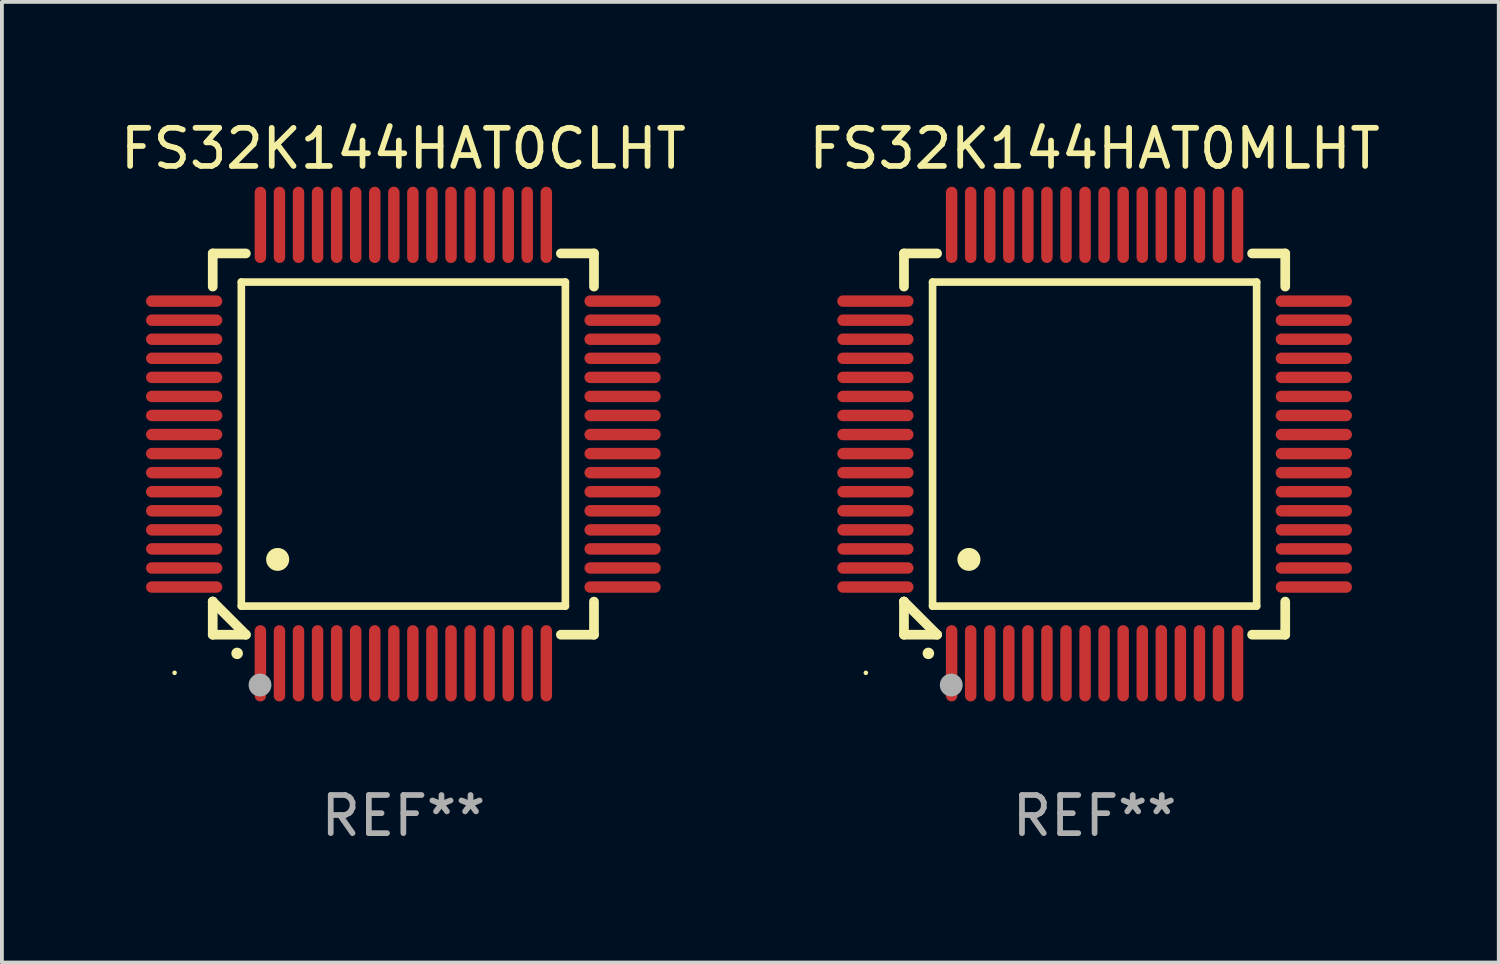
<source format=kicad_pcb>
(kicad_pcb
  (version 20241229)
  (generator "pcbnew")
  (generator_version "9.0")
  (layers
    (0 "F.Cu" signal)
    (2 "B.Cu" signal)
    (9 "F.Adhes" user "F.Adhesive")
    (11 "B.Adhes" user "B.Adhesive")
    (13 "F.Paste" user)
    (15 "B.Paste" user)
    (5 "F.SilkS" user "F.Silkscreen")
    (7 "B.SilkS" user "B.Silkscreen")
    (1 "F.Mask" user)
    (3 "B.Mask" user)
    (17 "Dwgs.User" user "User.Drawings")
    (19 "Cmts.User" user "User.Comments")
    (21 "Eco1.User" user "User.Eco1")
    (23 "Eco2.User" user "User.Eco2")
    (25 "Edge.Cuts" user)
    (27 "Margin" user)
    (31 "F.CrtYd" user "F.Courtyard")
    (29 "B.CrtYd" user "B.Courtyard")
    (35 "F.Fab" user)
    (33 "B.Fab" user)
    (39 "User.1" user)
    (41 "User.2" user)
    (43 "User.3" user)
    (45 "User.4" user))
  (footprint "FS32K144HAT0CLHT"
    (layer "F.Cu")
    (at 7.53 8.598)
    (property "Reference" "FS32K144HAT0CLHT" (at 0 -7.75 0) (layer "F.SilkS") (effects (font (size 1 1) (thickness 0.15))))
    (attr through_hole)
    (fp_line (start -5 -5) (end -4.131 -5) (stroke (width 0.254) (type solid)) (layer "F.SilkS"))
    (fp_line (start -5 -4.131) (end -5 -5) (stroke (width 0.254) (type solid)) (layer "F.SilkS"))
    (fp_line (start -5 4.131) (end -5 4.131) (stroke (width 0.254) (type solid)) (layer "F.SilkS"))
    (fp_line (start -5 5) (end -5 4.131) (stroke (width 0.254) (type solid)) (layer "F.SilkS"))
    (fp_line (start -5 4.131) (end -4.131 5) (stroke (width 0.254) (type solid)) (layer "F.SilkS"))
    (fp_line (start -4.25 -4.25) (end -4.25 4.25) (stroke (width 0.2) (type solid)) (layer "F.SilkS"))
    (fp_line (start -4.25 4.25) (end 4.25 4.25) (stroke (width 0.2) (type solid)) (layer "F.SilkS"))
    (fp_line (start -4.131 5) (end -5 5) (stroke (width 0.254) (type solid)) (layer "F.SilkS"))
    (fp_line (start 4.25 -4.25) (end -4.25 -4.25) (stroke (width 0.2) (type solid)) (layer "F.SilkS"))
    (fp_line (start 4.25 4.25) (end 4.25 -4.25) (stroke (width 0.2) (type solid)) (layer "F.SilkS"))
    (fp_line (start 5 -5) (end 4.131 -5) (stroke (width 0.254) (type solid)) (layer "F.SilkS"))
    (fp_line (start 5 -5) (end 5 -4.131) (stroke (width 0.254) (type solid)) (layer "F.SilkS"))
    (fp_line (start 5 4.131) (end 5 5) (stroke (width 0.254) (type solid)) (layer "F.SilkS"))
    (fp_line (start 5 5) (end 4.131 5) (stroke (width 0.254) (type solid)) (layer "F.SilkS"))
    (fp_arc (start -4.361265 5.489992) (mid -4.359995 5.489987) (end -4.358725 5.489992) (stroke (width 0.3) (type solid)) (layer "F.SilkS"))
    (fp_arc (start -3.299467 3.025146) (mid -3.296927 3.025135) (end -3.294387 3.025146) (stroke (width 0.6) (type solid)) (layer "F.SilkS"))
    (fp_circle (center -6 6) (end -5.97 6) (stroke (width 0.06) (type solid)) (fill no) (layer "F.SilkS"))
    (fp_circle (center -3.76 6.32) (end -3.61 6.32) (stroke (width 0.3) (type solid)) (fill no) (layer "F.Fab"))
    (fp_text user "REF**" (at 0 9.75 0) (layer "F.Fab") (effects (font (size 1 1) (thickness 0.15))))
    (pad "1" smd oval (at -3.75 5.75) (size 0.3 2) (layers "F.Cu" "F.Mask" "F.Paste"))
    (pad "2" smd oval (at -3.25 5.75) (size 0.3 2) (layers "F.Cu" "F.Mask" "F.Paste"))
    (pad "3" smd oval (at -2.75 5.75) (size 0.3 2) (layers "F.Cu" "F.Mask" "F.Paste"))
    (pad "4" smd oval (at -2.25 5.75) (size 0.3 2) (layers "F.Cu" "F.Mask" "F.Paste"))
    (pad "5" smd oval (at -1.75 5.75) (size 0.3 2) (layers "F.Cu" "F.Mask" "F.Paste"))
    (pad "6" smd oval (at -1.25 5.75) (size 0.3 2) (layers "F.Cu" "F.Mask" "F.Paste"))
    (pad "7" smd oval (at -0.75 5.75) (size 0.3 2) (layers "F.Cu" "F.Mask" "F.Paste"))
    (pad "8" smd oval (at -0.25 5.75) (size 0.3 2) (layers "F.Cu" "F.Mask" "F.Paste"))
    (pad "9" smd oval (at 0.25 5.75) (size 0.3 2) (layers "F.Cu" "F.Mask" "F.Paste"))
    (pad "10" smd oval (at 0.75 5.75) (size 0.3 2) (layers "F.Cu" "F.Mask" "F.Paste"))
    (pad "11" smd oval (at 1.25 5.75) (size 0.3 2) (layers "F.Cu" "F.Mask" "F.Paste"))
    (pad "12" smd oval (at 1.75 5.75) (size 0.3 2) (layers "F.Cu" "F.Mask" "F.Paste"))
    (pad "13" smd oval (at 2.25 5.75) (size 0.3 2) (layers "F.Cu" "F.Mask" "F.Paste"))
    (pad "14" smd oval (at 2.75 5.75) (size 0.3 2) (layers "F.Cu" "F.Mask" "F.Paste"))
    (pad "15" smd oval (at 3.25 5.75) (size 0.3 2) (layers "F.Cu" "F.Mask" "F.Paste"))
    (pad "16" smd oval (at 3.75 5.75) (size 0.3 2) (layers "F.Cu" "F.Mask" "F.Paste"))
    (pad "17" smd oval (at 5.75 3.75) (size 2 0.3) (layers "F.Cu" "F.Mask" "F.Paste"))
    (pad "18" smd oval (at 5.75 3.25) (size 2 0.3) (layers "F.Cu" "F.Mask" "F.Paste"))
    (pad "19" smd oval (at 5.75 2.75) (size 2 0.3) (layers "F.Cu" "F.Mask" "F.Paste"))
    (pad "20" smd oval (at 5.75 2.25) (size 2 0.3) (layers "F.Cu" "F.Mask" "F.Paste"))
    (pad "21" smd oval (at 5.75 1.75) (size 2 0.3) (layers "F.Cu" "F.Mask" "F.Paste"))
    (pad "22" smd oval (at 5.75 1.25) (size 2 0.3) (layers "F.Cu" "F.Mask" "F.Paste"))
    (pad "23" smd oval (at 5.75 0.75) (size 2 0.3) (layers "F.Cu" "F.Mask" "F.Paste"))
    (pad "24" smd oval (at 5.75 0.25) (size 2 0.3) (layers "F.Cu" "F.Mask" "F.Paste"))
    (pad "25" smd oval (at 5.75 -0.25) (size 2 0.3) (layers "F.Cu" "F.Mask" "F.Paste"))
    (pad "26" smd oval (at 5.75 -0.75) (size 2 0.3) (layers "F.Cu" "F.Mask" "F.Paste"))
    (pad "27" smd oval (at 5.75 -1.25) (size 2 0.3) (layers "F.Cu" "F.Mask" "F.Paste"))
    (pad "28" smd oval (at 5.75 -1.75) (size 2 0.3) (layers "F.Cu" "F.Mask" "F.Paste"))
    (pad "29" smd oval (at 5.75 -2.25) (size 2 0.3) (layers "F.Cu" "F.Mask" "F.Paste"))
    (pad "30" smd oval (at 5.75 -2.75) (size 2 0.3) (layers "F.Cu" "F.Mask" "F.Paste"))
    (pad "31" smd oval (at 5.75 -3.25) (size 2 0.3) (layers "F.Cu" "F.Mask" "F.Paste"))
    (pad "32" smd oval (at 5.75 -3.75) (size 2 0.3) (layers "F.Cu" "F.Mask" "F.Paste"))
    (pad "33" smd oval (at 3.75 -5.75) (size 0.3 2) (layers "F.Cu" "F.Mask" "F.Paste"))
    (pad "34" smd oval (at 3.25 -5.75) (size 0.3 2) (layers "F.Cu" "F.Mask" "F.Paste"))
    (pad "35" smd oval (at 2.75 -5.75) (size 0.3 2) (layers "F.Cu" "F.Mask" "F.Paste"))
    (pad "36" smd oval (at 2.25 -5.75) (size 0.3 2) (layers "F.Cu" "F.Mask" "F.Paste"))
    (pad "37" smd oval (at 1.75 -5.75) (size 0.3 2) (layers "F.Cu" "F.Mask" "F.Paste"))
    (pad "38" smd oval (at 1.25 -5.75) (size 0.3 2) (layers "F.Cu" "F.Mask" "F.Paste"))
    (pad "39" smd oval (at 0.75 -5.75) (size 0.3 2) (layers "F.Cu" "F.Mask" "F.Paste"))
    (pad "40" smd oval (at 0.25 -5.75) (size 0.3 2) (layers "F.Cu" "F.Mask" "F.Paste"))
    (pad "41" smd oval (at -0.25 -5.75) (size 0.3 2) (layers "F.Cu" "F.Mask" "F.Paste"))
    (pad "42" smd oval (at -0.75 -5.75) (size 0.3 2) (layers "F.Cu" "F.Mask" "F.Paste"))
    (pad "43" smd oval (at -1.25 -5.75) (size 0.3 2) (layers "F.Cu" "F.Mask" "F.Paste"))
    (pad "44" smd oval (at -1.75 -5.75) (size 0.3 2) (layers "F.Cu" "F.Mask" "F.Paste"))
    (pad "45" smd oval (at -2.25 -5.75) (size 0.3 2) (layers "F.Cu" "F.Mask" "F.Paste"))
    (pad "46" smd oval (at -2.75 -5.75) (size 0.3 2) (layers "F.Cu" "F.Mask" "F.Paste"))
    (pad "47" smd oval (at -3.25 -5.75) (size 0.3 2) (layers "F.Cu" "F.Mask" "F.Paste"))
    (pad "48" smd oval (at -3.75 -5.75) (size 0.3 2) (layers "F.Cu" "F.Mask" "F.Paste"))
    (pad "49" smd oval (at -5.75 -3.75) (size 2 0.3) (layers "F.Cu" "F.Mask" "F.Paste"))
    (pad "50" smd oval (at -5.75 -3.25) (size 2 0.3) (layers "F.Cu" "F.Mask" "F.Paste"))
    (pad "51" smd oval (at -5.75 -2.75) (size 2 0.3) (layers "F.Cu" "F.Mask" "F.Paste"))
    (pad "52" smd oval (at -5.75 -2.25) (size 2 0.3) (layers "F.Cu" "F.Mask" "F.Paste"))
    (pad "53" smd oval (at -5.75 -1.75) (size 2 0.3) (layers "F.Cu" "F.Mask" "F.Paste"))
    (pad "54" smd oval (at -5.75 -1.25) (size 2 0.3) (layers "F.Cu" "F.Mask" "F.Paste"))
    (pad "55" smd oval (at -5.75 -0.75) (size 2 0.3) (layers "F.Cu" "F.Mask" "F.Paste"))
    (pad "56" smd oval (at -5.75 -0.25) (size 2 0.3) (layers "F.Cu" "F.Mask" "F.Paste"))
    (pad "57" smd oval (at -5.75 0.25) (size 2 0.3) (layers "F.Cu" "F.Mask" "F.Paste"))
    (pad "58" smd oval (at -5.75 0.75) (size 2 0.3) (layers "F.Cu" "F.Mask" "F.Paste"))
    (pad "59" smd oval (at -5.75 1.25) (size 2 0.3) (layers "F.Cu" "F.Mask" "F.Paste"))
    (pad "60" smd oval (at -5.75 1.75) (size 2 0.3) (layers "F.Cu" "F.Mask" "F.Paste"))
    (pad "61" smd oval (at -5.75 2.25) (size 2 0.3) (layers "F.Cu" "F.Mask" "F.Paste"))
    (pad "62" smd oval (at -5.75 2.75) (size 2 0.3) (layers "F.Cu" "F.Mask" "F.Paste"))
    (pad "63" smd oval (at -5.75 3.25) (size 2 0.3) (layers "F.Cu" "F.Mask" "F.Paste"))
    (pad "64" smd oval (at -5.75 3.75) (size 2 0.3) (layers "F.Cu" "F.Mask" "F.Paste")))
  (footprint "FS32K144HAT0MLHT"
    (layer "F.Cu")
    (at 25.661 8.598)
    (property "Reference" "FS32K144HAT0MLHT" (at 0 -7.75 0) (layer "F.SilkS") (effects (font (size 1 1) (thickness 0.15))))
    (attr through_hole)
    (fp_line (start -5 -5) (end -4.131 -5) (stroke (width 0.254) (type solid)) (layer "F.SilkS"))
    (fp_line (start -5 -4.131) (end -5 -5) (stroke (width 0.254) (type solid)) (layer "F.SilkS"))
    (fp_line (start -5 4.131) (end -5 4.131) (stroke (width 0.254) (type solid)) (layer "F.SilkS"))
    (fp_line (start -5 5) (end -5 4.131) (stroke (width 0.254) (type solid)) (layer "F.SilkS"))
    (fp_line (start -5 4.131) (end -4.131 5) (stroke (width 0.254) (type solid)) (layer "F.SilkS"))
    (fp_line (start -4.25 -4.25) (end -4.25 4.25) (stroke (width 0.2) (type solid)) (layer "F.SilkS"))
    (fp_line (start -4.25 4.25) (end 4.25 4.25) (stroke (width 0.2) (type solid)) (layer "F.SilkS"))
    (fp_line (start -4.131 5) (end -5 5) (stroke (width 0.254) (type solid)) (layer "F.SilkS"))
    (fp_line (start 4.25 -4.25) (end -4.25 -4.25) (stroke (width 0.2) (type solid)) (layer "F.SilkS"))
    (fp_line (start 4.25 4.25) (end 4.25 -4.25) (stroke (width 0.2) (type solid)) (layer "F.SilkS"))
    (fp_line (start 5 -5) (end 4.131 -5) (stroke (width 0.254) (type solid)) (layer "F.SilkS"))
    (fp_line (start 5 -5) (end 5 -4.131) (stroke (width 0.254) (type solid)) (layer "F.SilkS"))
    (fp_line (start 5 4.131) (end 5 5) (stroke (width 0.254) (type solid)) (layer "F.SilkS"))
    (fp_line (start 5 5) (end 4.131 5) (stroke (width 0.254) (type solid)) (layer "F.SilkS"))
    (fp_arc (start -4.361265 5.489992) (mid -4.359995 5.489987) (end -4.358725 5.489992) (stroke (width 0.3) (type solid)) (layer "F.SilkS"))
    (fp_arc (start -3.299467 3.025146) (mid -3.296927 3.025135) (end -3.294387 3.025146) (stroke (width 0.6) (type solid)) (layer "F.SilkS"))
    (fp_circle (center -6 6) (end -5.97 6) (stroke (width 0.06) (type solid)) (fill no) (layer "F.SilkS"))
    (fp_circle (center -3.76 6.32) (end -3.61 6.32) (stroke (width 0.3) (type solid)) (fill no) (layer "F.Fab"))
    (fp_text user "REF**" (at 0 9.75 0) (layer "F.Fab") (effects (font (size 1 1) (thickness 0.15))))
    (pad "1" smd oval (at -3.75 5.75) (size 0.3 2) (layers "F.Cu" "F.Mask" "F.Paste"))
    (pad "2" smd oval (at -3.25 5.75) (size 0.3 2) (layers "F.Cu" "F.Mask" "F.Paste"))
    (pad "3" smd oval (at -2.75 5.75) (size 0.3 2) (layers "F.Cu" "F.Mask" "F.Paste"))
    (pad "4" smd oval (at -2.25 5.75) (size 0.3 2) (layers "F.Cu" "F.Mask" "F.Paste"))
    (pad "5" smd oval (at -1.75 5.75) (size 0.3 2) (layers "F.Cu" "F.Mask" "F.Paste"))
    (pad "6" smd oval (at -1.25 5.75) (size 0.3 2) (layers "F.Cu" "F.Mask" "F.Paste"))
    (pad "7" smd oval (at -0.75 5.75) (size 0.3 2) (layers "F.Cu" "F.Mask" "F.Paste"))
    (pad "8" smd oval (at -0.25 5.75) (size 0.3 2) (layers "F.Cu" "F.Mask" "F.Paste"))
    (pad "9" smd oval (at 0.25 5.75) (size 0.3 2) (layers "F.Cu" "F.Mask" "F.Paste"))
    (pad "10" smd oval (at 0.75 5.75) (size 0.3 2) (layers "F.Cu" "F.Mask" "F.Paste"))
    (pad "11" smd oval (at 1.25 5.75) (size 0.3 2) (layers "F.Cu" "F.Mask" "F.Paste"))
    (pad "12" smd oval (at 1.75 5.75) (size 0.3 2) (layers "F.Cu" "F.Mask" "F.Paste"))
    (pad "13" smd oval (at 2.25 5.75) (size 0.3 2) (layers "F.Cu" "F.Mask" "F.Paste"))
    (pad "14" smd oval (at 2.75 5.75) (size 0.3 2) (layers "F.Cu" "F.Mask" "F.Paste"))
    (pad "15" smd oval (at 3.25 5.75) (size 0.3 2) (layers "F.Cu" "F.Mask" "F.Paste"))
    (pad "16" smd oval (at 3.75 5.75) (size 0.3 2) (layers "F.Cu" "F.Mask" "F.Paste"))
    (pad "17" smd oval (at 5.75 3.75) (size 2 0.3) (layers "F.Cu" "F.Mask" "F.Paste"))
    (pad "18" smd oval (at 5.75 3.25) (size 2 0.3) (layers "F.Cu" "F.Mask" "F.Paste"))
    (pad "19" smd oval (at 5.75 2.75) (size 2 0.3) (layers "F.Cu" "F.Mask" "F.Paste"))
    (pad "20" smd oval (at 5.75 2.25) (size 2 0.3) (layers "F.Cu" "F.Mask" "F.Paste"))
    (pad "21" smd oval (at 5.75 1.75) (size 2 0.3) (layers "F.Cu" "F.Mask" "F.Paste"))
    (pad "22" smd oval (at 5.75 1.25) (size 2 0.3) (layers "F.Cu" "F.Mask" "F.Paste"))
    (pad "23" smd oval (at 5.75 0.75) (size 2 0.3) (layers "F.Cu" "F.Mask" "F.Paste"))
    (pad "24" smd oval (at 5.75 0.25) (size 2 0.3) (layers "F.Cu" "F.Mask" "F.Paste"))
    (pad "25" smd oval (at 5.75 -0.25) (size 2 0.3) (layers "F.Cu" "F.Mask" "F.Paste"))
    (pad "26" smd oval (at 5.75 -0.75) (size 2 0.3) (layers "F.Cu" "F.Mask" "F.Paste"))
    (pad "27" smd oval (at 5.75 -1.25) (size 2 0.3) (layers "F.Cu" "F.Mask" "F.Paste"))
    (pad "28" smd oval (at 5.75 -1.75) (size 2 0.3) (layers "F.Cu" "F.Mask" "F.Paste"))
    (pad "29" smd oval (at 5.75 -2.25) (size 2 0.3) (layers "F.Cu" "F.Mask" "F.Paste"))
    (pad "30" smd oval (at 5.75 -2.75) (size 2 0.3) (layers "F.Cu" "F.Mask" "F.Paste"))
    (pad "31" smd oval (at 5.75 -3.25) (size 2 0.3) (layers "F.Cu" "F.Mask" "F.Paste"))
    (pad "32" smd oval (at 5.75 -3.75) (size 2 0.3) (layers "F.Cu" "F.Mask" "F.Paste"))
    (pad "33" smd oval (at 3.75 -5.75) (size 0.3 2) (layers "F.Cu" "F.Mask" "F.Paste"))
    (pad "34" smd oval (at 3.25 -5.75) (size 0.3 2) (layers "F.Cu" "F.Mask" "F.Paste"))
    (pad "35" smd oval (at 2.75 -5.75) (size 0.3 2) (layers "F.Cu" "F.Mask" "F.Paste"))
    (pad "36" smd oval (at 2.25 -5.75) (size 0.3 2) (layers "F.Cu" "F.Mask" "F.Paste"))
    (pad "37" smd oval (at 1.75 -5.75) (size 0.3 2) (layers "F.Cu" "F.Mask" "F.Paste"))
    (pad "38" smd oval (at 1.25 -5.75) (size 0.3 2) (layers "F.Cu" "F.Mask" "F.Paste"))
    (pad "39" smd oval (at 0.75 -5.75) (size 0.3 2) (layers "F.Cu" "F.Mask" "F.Paste"))
    (pad "40" smd oval (at 0.25 -5.75) (size 0.3 2) (layers "F.Cu" "F.Mask" "F.Paste"))
    (pad "41" smd oval (at -0.25 -5.75) (size 0.3 2) (layers "F.Cu" "F.Mask" "F.Paste"))
    (pad "42" smd oval (at -0.75 -5.75) (size 0.3 2) (layers "F.Cu" "F.Mask" "F.Paste"))
    (pad "43" smd oval (at -1.25 -5.75) (size 0.3 2) (layers "F.Cu" "F.Mask" "F.Paste"))
    (pad "44" smd oval (at -1.75 -5.75) (size 0.3 2) (layers "F.Cu" "F.Mask" "F.Paste"))
    (pad "45" smd oval (at -2.25 -5.75) (size 0.3 2) (layers "F.Cu" "F.Mask" "F.Paste"))
    (pad "46" smd oval (at -2.75 -5.75) (size 0.3 2) (layers "F.Cu" "F.Mask" "F.Paste"))
    (pad "47" smd oval (at -3.25 -5.75) (size 0.3 2) (layers "F.Cu" "F.Mask" "F.Paste"))
    (pad "48" smd oval (at -3.75 -5.75) (size 0.3 2) (layers "F.Cu" "F.Mask" "F.Paste"))
    (pad "49" smd oval (at -5.75 -3.75) (size 2 0.3) (layers "F.Cu" "F.Mask" "F.Paste"))
    (pad "50" smd oval (at -5.75 -3.25) (size 2 0.3) (layers "F.Cu" "F.Mask" "F.Paste"))
    (pad "51" smd oval (at -5.75 -2.75) (size 2 0.3) (layers "F.Cu" "F.Mask" "F.Paste"))
    (pad "52" smd oval (at -5.75 -2.25) (size 2 0.3) (layers "F.Cu" "F.Mask" "F.Paste"))
    (pad "53" smd oval (at -5.75 -1.75) (size 2 0.3) (layers "F.Cu" "F.Mask" "F.Paste"))
    (pad "54" smd oval (at -5.75 -1.25) (size 2 0.3) (layers "F.Cu" "F.Mask" "F.Paste"))
    (pad "55" smd oval (at -5.75 -0.75) (size 2 0.3) (layers "F.Cu" "F.Mask" "F.Paste"))
    (pad "56" smd oval (at -5.75 -0.25) (size 2 0.3) (layers "F.Cu" "F.Mask" "F.Paste"))
    (pad "57" smd oval (at -5.75 0.25) (size 2 0.3) (layers "F.Cu" "F.Mask" "F.Paste"))
    (pad "58" smd oval (at -5.75 0.75) (size 2 0.3) (layers "F.Cu" "F.Mask" "F.Paste"))
    (pad "59" smd oval (at -5.75 1.25) (size 2 0.3) (layers "F.Cu" "F.Mask" "F.Paste"))
    (pad "60" smd oval (at -5.75 1.75) (size 2 0.3) (layers "F.Cu" "F.Mask" "F.Paste"))
    (pad "61" smd oval (at -5.75 2.25) (size 2 0.3) (layers "F.Cu" "F.Mask" "F.Paste"))
    (pad "62" smd oval (at -5.75 2.75) (size 2 0.3) (layers "F.Cu" "F.Mask" "F.Paste"))
    (pad "63" smd oval (at -5.75 3.25) (size 2 0.3) (layers "F.Cu" "F.Mask" "F.Paste"))
    (pad "64" smd oval (at -5.75 3.75) (size 2 0.3) (layers "F.Cu" "F.Mask" "F.Paste")))
  (gr_rect
    (start -3 -3)
    (end 36.262 22.196)
    (stroke (width 0.1) (type default))
    (fill no)
    (layer "Edge.Cuts")))
</source>
